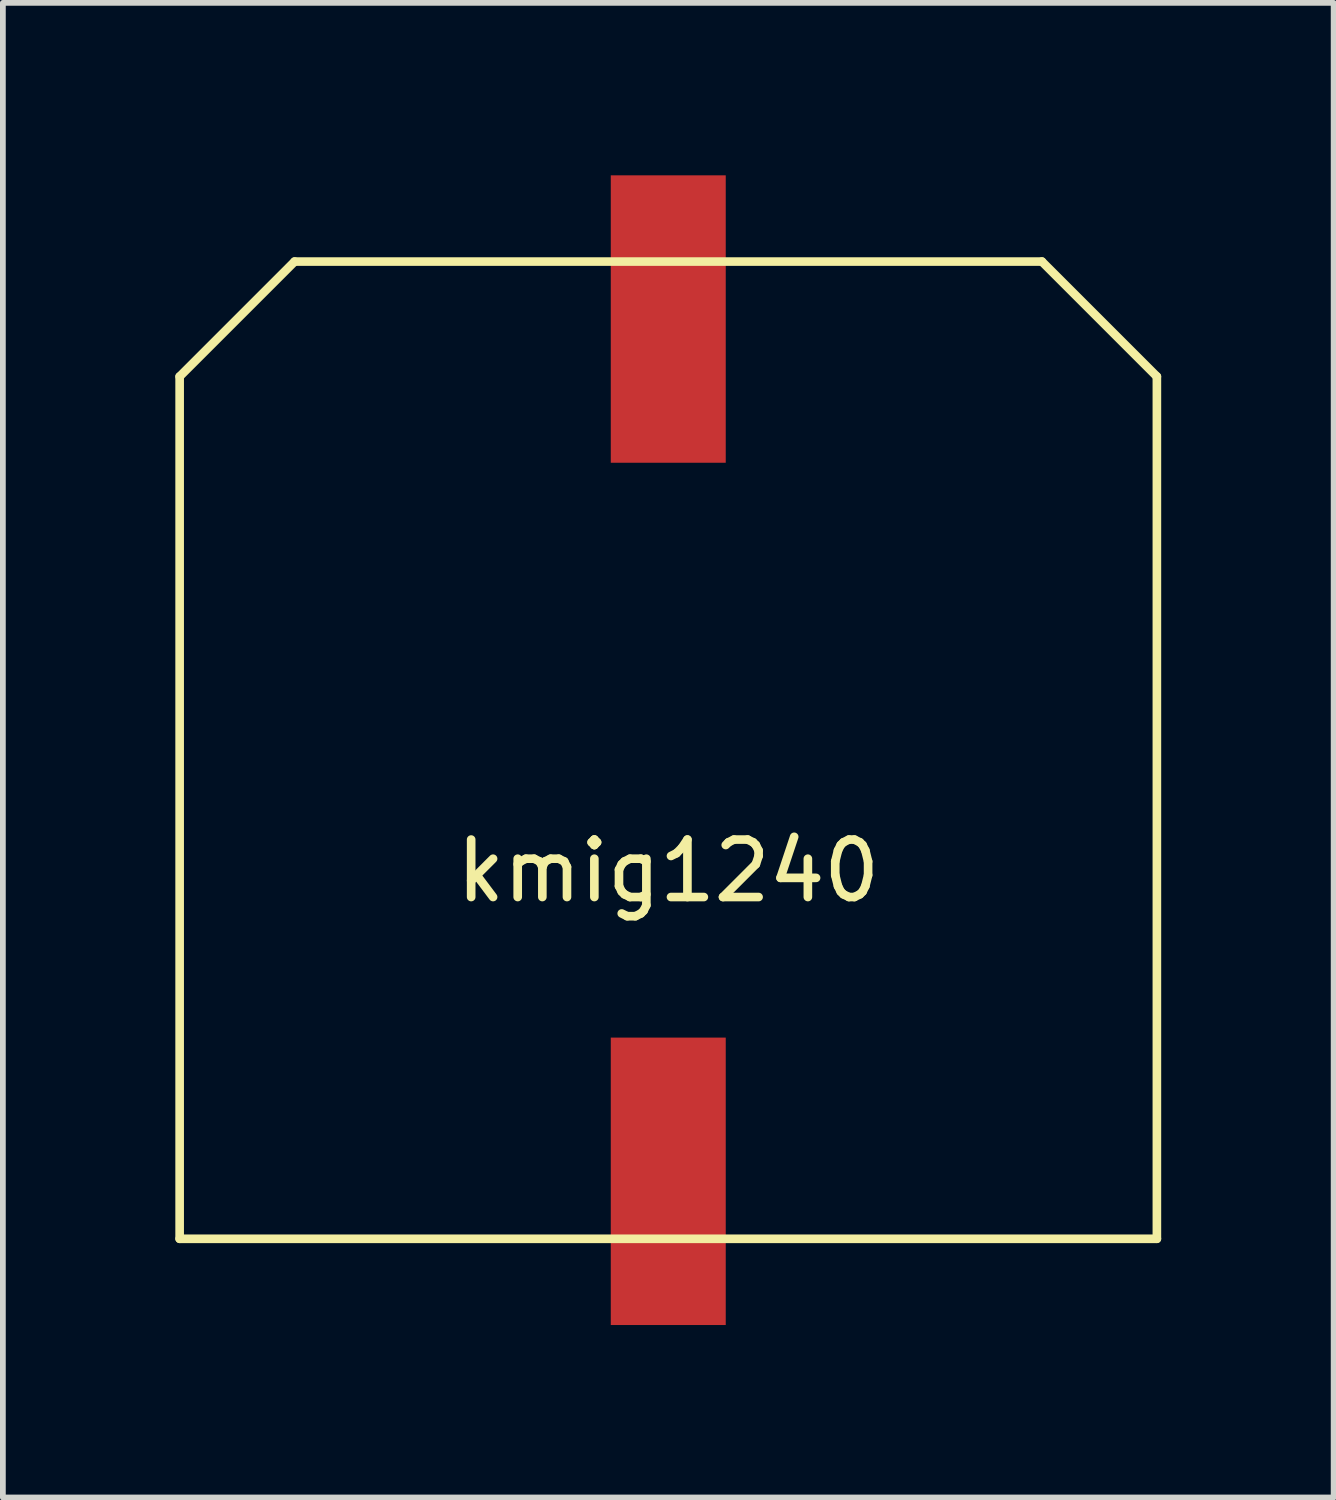
<source format=kicad_pcb>
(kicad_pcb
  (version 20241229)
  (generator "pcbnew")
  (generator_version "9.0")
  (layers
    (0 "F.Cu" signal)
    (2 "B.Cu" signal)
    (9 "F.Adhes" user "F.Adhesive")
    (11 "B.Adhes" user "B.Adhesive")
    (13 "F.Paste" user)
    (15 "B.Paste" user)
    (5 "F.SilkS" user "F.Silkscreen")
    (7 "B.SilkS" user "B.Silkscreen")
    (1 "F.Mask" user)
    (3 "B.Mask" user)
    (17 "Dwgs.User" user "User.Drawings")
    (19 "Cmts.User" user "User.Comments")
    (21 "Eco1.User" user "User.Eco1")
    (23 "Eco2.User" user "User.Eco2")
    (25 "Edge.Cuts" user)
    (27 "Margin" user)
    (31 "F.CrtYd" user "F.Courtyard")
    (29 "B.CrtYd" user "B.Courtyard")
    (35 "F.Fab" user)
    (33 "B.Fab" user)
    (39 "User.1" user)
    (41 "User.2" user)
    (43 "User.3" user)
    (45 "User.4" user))
  (footprint "kmig1240"
    (layer "F.Cu")
    (at 8.575 10)
    (property "Reference" "kmig1240" (at 0 2.1 0) (layer "F.SilkS") (effects (font (size 1 1) (thickness 0.15))))
    (attr through_hole)
    (fp_line (start -8.5 -6.5) (end -8.5 8.5) (stroke (width 0.15) (type solid)) (layer "F.SilkS"))
    (fp_line (start -6.5 -8.5) (end -8.5 -6.5) (stroke (width 0.15) (type solid)) (layer "F.SilkS"))
    (fp_line (start 6.5 -8.5) (end -6.5 -8.5) (stroke (width 0.15) (type solid)) (layer "F.SilkS"))
    (fp_line (start 6.5 -8.5) (end 8.5 -6.5) (stroke (width 0.15) (type solid)) (layer "F.SilkS"))
    (fp_line (start 8.5 8.5) (end -8.5 8.5) (stroke (width 0.15) (type solid)) (layer "F.SilkS"))
    (fp_line (start 8.5 8.5) (end 8.5 -6.5) (stroke (width 0.15) (type solid)) (layer "F.SilkS"))
    (pad "1" smd rect (at 0 -7.5) (size 2 5) (layers "F.Cu" "F.Mask" "F.Paste"))
    (pad "2" smd rect (at 0 7.5) (size 2 5) (layers "F.Cu" "F.Mask" "F.Paste")))
  (gr_rect
    (start -3 -3)
    (end 20.15 23)
    (stroke (width 0.1) (type default))
    (fill no)
    (layer "Edge.Cuts")))
</source>
